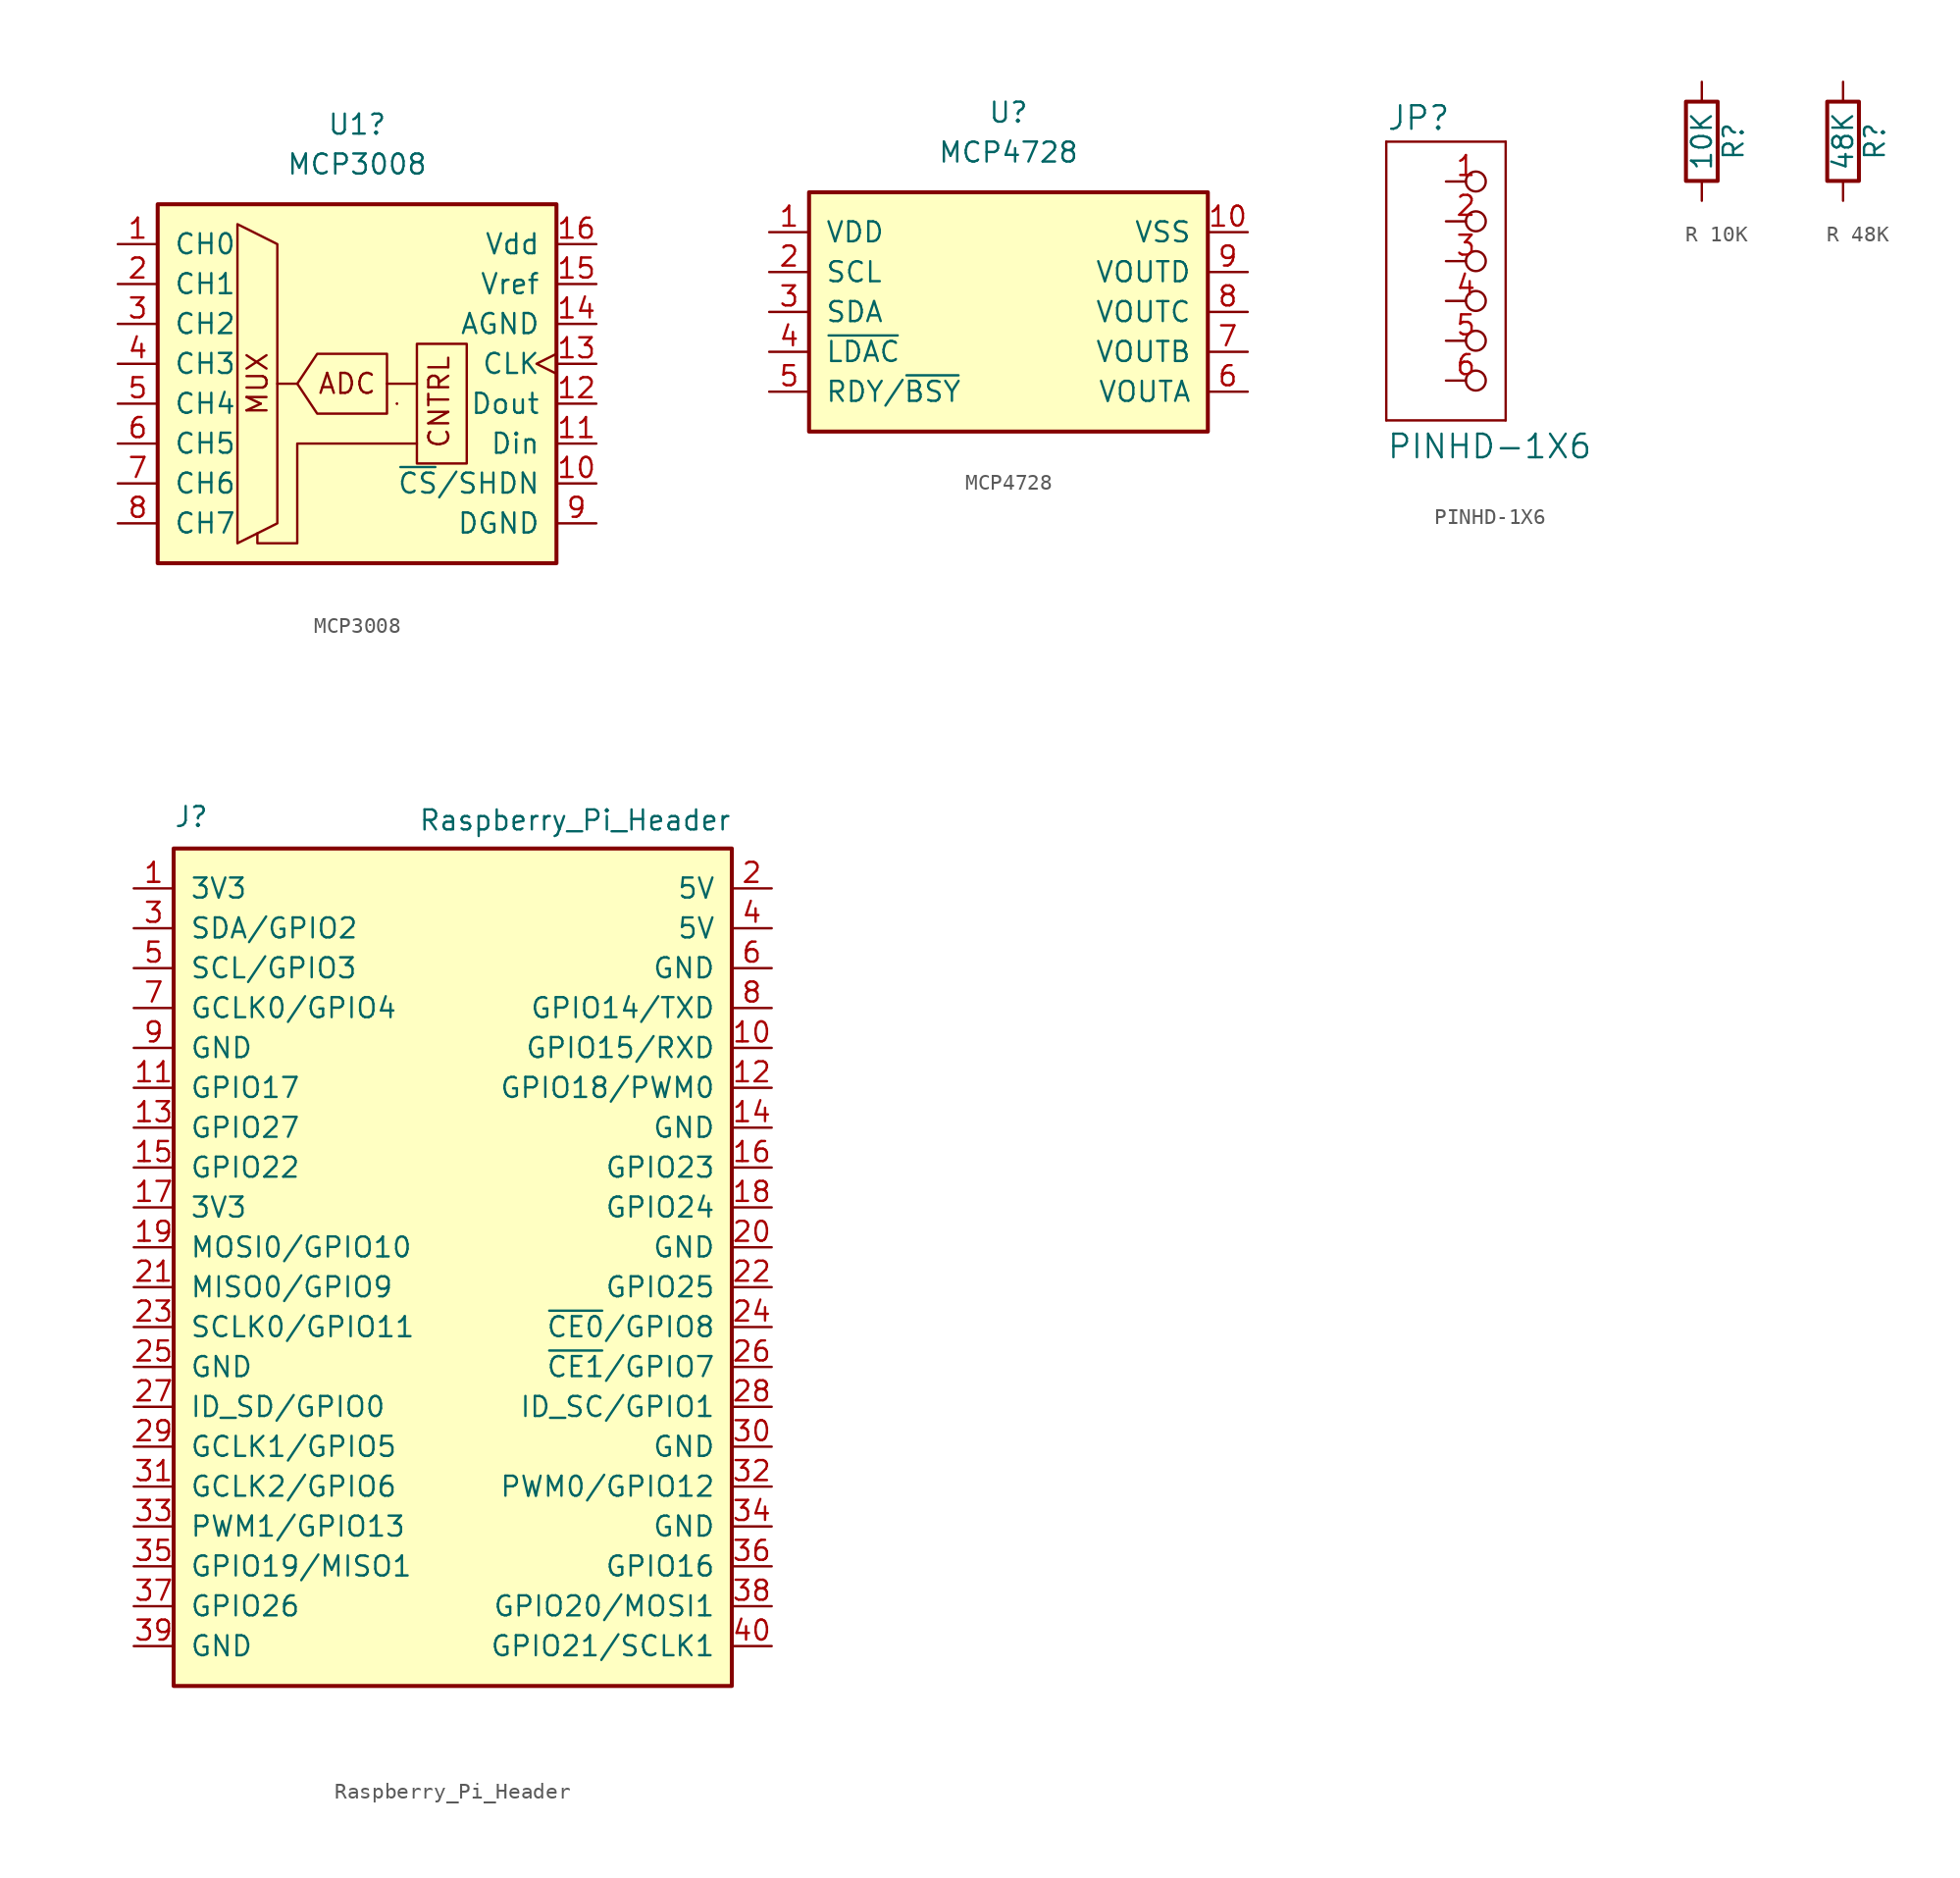
<source format=kicad_sym>
(kicad_symbol_lib
  (version 20231120)
  (generator "kicad_symbol_editor")
  (generator_version "8.0")
  (symbol "MCP3008"
    (pin_names
      (offset 1.016))
    (property "Reference" "U1"
      (at 0 15.24 0)
      (effects (font (size 1.27 1.27))))
    (property "Value" "MCP3008"
      (at 0 12.7 0)
      (effects (font (size 1.27 1.27))))
    (symbol "MCP3008_0_0"
      (text "ADC" (at -0.635 -1.27 0) (effects (font (size 1.27 1.27))))
      (text "CNTRL" (at 5.969 -5.461 900) (effects (font (size 1.27 1.27)) (justify left bottom)))
      (text "MUX" (at -6.35 -1.27 900) (effects (font (size 1.27 1.27)))))
    (symbol "MCP3008_0_1"
      (rectangle (start -12.7 10.16) (end 12.7 -12.7) (stroke (width 0.254) (type default)) (fill (type background)))
      (polyline (pts (xy -3.81 -1.27) (xy -5.08 -1.27)) (stroke (width 0) (type default)) (fill (type none)))
      (polyline (pts (xy 1.905 -1.27) (xy 3.81 -1.27)) (stroke (width 0) (type default)) (fill (type none)))
      (polyline (pts (xy 2.54 -2.54) (xy 2.54 -2.54)) (stroke (width 0) (type default)) (fill (type none)))
      (polyline (pts (xy 2.54 -2.54) (xy 2.54 -2.54)) (stroke (width 0) (type default)) (fill (type none)))
      (polyline (pts (xy -7.62 8.89) (xy -7.62 -11.43) (xy -5.08 -10.16) (xy -5.08 7.62) (xy -7.62 8.89)) (stroke (width 0) (type default)) (fill (type none)))
      (polyline (pts (xy 3.81 -5.08) (xy -3.81 -5.08) (xy -3.81 -11.43) (xy -6.35 -11.43) (xy -6.35 -10.795)) (stroke (width 0) (type default)) (fill (type none)))
      (polyline (pts (xy 1.905 0.635) (xy 1.905 -3.175) (xy -2.54 -3.175) (xy -3.81 -1.27) (xy -2.54 0.635) (xy 1.905 0.635)) (stroke (width 0) (type default)) (fill (type none)))
      (rectangle (start 3.81 -6.35) (end 6.985 1.27) (stroke (width 0) (type default)) (fill (type none))))
    (symbol "MCP3008_1_1"
      (pin input line (at -15.24 7.62 0) (length 2.54) (name "CH0" (effects (font (size 1.27 1.27)))) (number "1" (effects (font (size 1.27 1.27)))))
      (pin input line (at 15.24 -7.62 180) (length 2.54) (name "~{CS}/SHDN" (effects (font (size 1.27 1.27)))) (number "10" (effects (font (size 1.27 1.27)))))
      (pin input line (at 15.24 -5.08 180) (length 2.54) (name "Din" (effects (font (size 1.27 1.27)))) (number "11" (effects (font (size 1.27 1.27)))))
      (pin bidirectional line (at 15.24 -2.54 180) (length 2.54) (name "Dout" (effects (font (size 1.27 1.27)))) (number "12" (effects (font (size 1.27 1.27)))))
      (pin input clock (at 15.24 0 180) (length 2.54) (name "CLK" (effects (font (size 1.27 1.27)))) (number "13" (effects (font (size 1.27 1.27)))))
      (pin power_in line (at 15.24 2.54 180) (length 2.54) (name "AGND" (effects (font (size 1.27 1.27)))) (number "14" (effects (font (size 1.27 1.27)))))
      (pin power_in line (at 15.24 5.08 180) (length 2.54) (name "Vref" (effects (font (size 1.27 1.27)))) (number "15" (effects (font (size 1.27 1.27)))))
      (pin power_in line (at 15.24 7.62 180) (length 2.54) (name "Vdd" (effects (font (size 1.27 1.27)))) (number "16" (effects (font (size 1.27 1.27)))))
      (pin input line (at -15.24 5.08 0) (length 2.54) (name "CH1" (effects (font (size 1.27 1.27)))) (number "2" (effects (font (size 1.27 1.27)))))
      (pin input line (at -15.24 2.54 0) (length 2.54) (name "CH2" (effects (font (size 1.27 1.27)))) (number "3" (effects (font (size 1.27 1.27)))))
      (pin input line (at -15.24 0 0) (length 2.54) (name "CH3" (effects (font (size 1.27 1.27)))) (number "4" (effects (font (size 1.27 1.27)))))
      (pin input line (at -15.24 -2.54 0) (length 2.54) (name "CH4" (effects (font (size 1.27 1.27)))) (number "5" (effects (font (size 1.27 1.27)))))
      (pin input line (at -15.24 -5.08 0) (length 2.54) (name "CH5" (effects (font (size 1.27 1.27)))) (number "6" (effects (font (size 1.27 1.27)))))
      (pin input line (at -15.24 -7.62 0) (length 2.54) (name "CH6" (effects (font (size 1.27 1.27)))) (number "7" (effects (font (size 1.27 1.27)))))
      (pin input line (at -15.24 -10.16 0) (length 2.54) (name "CH7" (effects (font (size 1.27 1.27)))) (number "8" (effects (font (size 1.27 1.27)))))
      (pin power_in line (at 15.24 -10.16 180) (length 2.54) (name "DGND" (effects (font (size 1.27 1.27)))) (number "9" (effects (font (size 1.27 1.27)))))))
  (symbol "MCP4728"
    (pin_names
      (offset 1.016))
    (property "Reference" "U"
      (at 0 10.16 0)
      (effects (font (size 1.27 1.27))))
    (property "Value" "MCP4728"
      (at 0 7.62 0)
      (effects (font (size 1.27 1.27))))
    (symbol "MCP4728_0_1"
      (rectangle (start -12.7 5.08) (end 12.7 -10.16) (stroke (width 0.254) (type default)) (fill (type background))))
    (symbol "MCP4728_1_1"
      (pin power_in line (at -15.24 2.54 0) (length 2.54) (name "VDD" (effects (font (size 1.27 1.27)))) (number "1" (effects (font (size 1.27 1.27)))))
      (pin power_in line (at 15.24 2.54 180) (length 2.54) (name "VSS" (effects (font (size 1.27 1.27)))) (number "10" (effects (font (size 1.27 1.27)))))
      (pin input line (at -15.24 0 0) (length 2.54) (name "SCL" (effects (font (size 1.27 1.27)))) (number "2" (effects (font (size 1.27 1.27)))))
      (pin bidirectional line (at -15.24 -2.54 0) (length 2.54) (name "SDA" (effects (font (size 1.27 1.27)))) (number "3" (effects (font (size 1.27 1.27)))))
      (pin input line (at -15.24 -5.08 0) (length 2.54) (name "~{LDAC}" (effects (font (size 1.27 1.27)))) (number "4" (effects (font (size 1.27 1.27)))))
      (pin output line (at -15.24 -7.62 0) (length 2.54) (name "RDY/~{BSY}" (effects (font (size 1.27 1.27)))) (number "5" (effects (font (size 1.27 1.27)))))
      (pin output line (at 15.24 -7.62 180) (length 2.54) (name "VOUTA" (effects (font (size 1.27 1.27)))) (number "6" (effects (font (size 1.27 1.27)))))
      (pin output line (at 15.24 -5.08 180) (length 2.54) (name "VOUTB" (effects (font (size 1.27 1.27)))) (number "7" (effects (font (size 1.27 1.27)))))
      (pin output line (at 15.24 -2.54 180) (length 2.54) (name "VOUTC" (effects (font (size 1.27 1.27)))) (number "8" (effects (font (size 1.27 1.27)))))
      (pin output line (at 15.24 0 180) (length 2.54) (name "VOUTD" (effects (font (size 1.27 1.27)))) (number "9" (effects (font (size 1.27 1.27)))))))
  (symbol "PINHD-1X6"
    (pin_names
      (offset 1.016))
    (property "Reference" "JP"
      (at -6.35 10.795 0)
      (effects (font (size 1.499 1.499)) (justify left bottom)))
    (property "Value" "PINHD-1X6"
      (at -6.35 -10.16 0)
      (effects (font (size 1.499 1.499)) (justify left bottom)))
    (symbol "PINHD-1X6_1_0"
      (polyline (pts (xy -6.35 -7.62) (xy 1.27 -7.62)) (stroke (width 0) (type solid)) (fill (type none)))
      (polyline (pts (xy -6.35 10.16) (xy -6.35 -7.62)) (stroke (width 0) (type solid)) (fill (type none)))
      (polyline (pts (xy 1.27 -7.62) (xy 1.27 10.16)) (stroke (width 0) (type solid)) (fill (type none)))
      (polyline (pts (xy 1.27 10.16) (xy -6.35 10.16)) (stroke (width 0) (type solid)) (fill (type none)))
      (pin passive inverted (at -2.54 7.62 0) (length 2.54) (name "1" (effects (font (size 0 0)))) (number "1" (effects (font (size 1.27 1.27)))))
      (pin passive inverted (at -2.54 5.08 0) (length 2.54) (name "2" (effects (font (size 0 0)))) (number "2" (effects (font (size 1.27 1.27)))))
      (pin passive inverted (at -2.54 2.54 0) (length 2.54) (name "3" (effects (font (size 0 0)))) (number "3" (effects (font (size 1.27 1.27)))))
      (pin passive inverted (at -2.54 0 0) (length 2.54) (name "4" (effects (font (size 0 0)))) (number "4" (effects (font (size 1.27 1.27)))))
      (pin passive inverted (at -2.54 -2.54 0) (length 2.54) (name "5" (effects (font (size 0 0)))) (number "5" (effects (font (size 1.27 1.27)))))
      (pin passive inverted (at -2.54 -5.08 0) (length 2.54) (name "6" (effects (font (size 0 0)))) (number "6" (effects (font (size 1.27 1.27)))))))
  (symbol "R 10K"
    (pin_numbers hide)
    (pin_names
      (offset 0))
    (property "Reference" "R"
      (at 2.032 0 90)
      (effects (font (size 1.27 1.27))))
    (property "Value" "10K"
      (at 0 0 90)
      (effects (font (size 1.27 1.27))))
    (symbol "R 10K_0_1"
      (rectangle (start -1.016 -2.54) (end 1.016 2.54) (stroke (width 0.254) (type default)) (fill (type none))))
    (symbol "R 10K_1_1"
      (pin passive line (at 0 3.81 270) (length 1.27) (name "~" (effects (font (size 1.27 1.27)))) (number "1" (effects (font (size 1.27 1.27)))))
      (pin passive line (at 0 -3.81 90) (length 1.27) (name "~" (effects (font (size 1.27 1.27)))) (number "2" (effects (font (size 1.27 1.27)))))))
  (symbol "R 48K"
    (pin_numbers hide)
    (pin_names
      (offset 0))
    (property "Reference" "R"
      (at 2.032 0 90)
      (effects (font (size 1.27 1.27))))
    (property "Value" "48K"
      (at 0 0 90)
      (effects (font (size 1.27 1.27))))
    (symbol "R 48K_0_1"
      (rectangle (start -1.016 2.54) (end 1.016 -2.54) (stroke (width 0.254) (type default)) (fill (type none))))
    (symbol "R 48K_1_1"
      (pin passive line (at 0 3.81 270) (length 1.27) (name "~" (effects (font (size 1.27 1.27)))) (number "1" (effects (font (size 1.27 1.27)))))
      (pin passive line (at 0 -3.81 90) (length 1.27) (name "~" (effects (font (size 1.27 1.27)))) (number "2" (effects (font (size 1.27 1.27)))))))
  (symbol "Raspberry_Pi_Header"
    (pin_names
      (offset 1.016))
    (property "Reference" "J"
      (at -17.78 31.75 0)
      (effects (font (size 1.27 1.27)) (justify left bottom)))
    (property "Value" "Raspberry_Pi_Header"
      (at 17.78 33.02 0)
      (effects (font (size 1.27 1.27)) (justify right top)))
    (symbol "Raspberry_Pi_Header_0_1"
      (rectangle (start -17.78 30.48) (end 17.78 -22.86) (stroke (width 0.254) (type default)) (fill (type background))))
    (symbol "Raspberry_Pi_Header_1_1"
      (pin power_in line (at -20.32 27.94 0) (length 2.54) (name "3V3" (effects (font (size 1.27 1.27)))) (number "1" (effects (font (size 1.27 1.27)))))
      (pin bidirectional line (at 20.32 17.78 180) (length 2.54) (name "GPIO15/RXD" (effects (font (size 1.27 1.27)))) (number "10" (effects (font (size 1.27 1.27)))))
      (pin bidirectional line (at -20.32 15.24 0) (length 2.54) (name "GPIO17" (effects (font (size 1.27 1.27)))) (number "11" (effects (font (size 1.27 1.27)))))
      (pin bidirectional line (at 20.32 15.24 180) (length 2.54) (name "GPIO18/PWM0" (effects (font (size 1.27 1.27)))) (number "12" (effects (font (size 1.27 1.27)))))
      (pin bidirectional line (at -20.32 12.7 0) (length 2.54) (name "GPIO27" (effects (font (size 1.27 1.27)))) (number "13" (effects (font (size 1.27 1.27)))))
      (pin power_in line (at 20.32 12.7 180) (length 2.54) (name "GND" (effects (font (size 1.27 1.27)))) (number "14" (effects (font (size 1.27 1.27)))))
      (pin bidirectional line (at -20.32 10.16 0) (length 2.54) (name "GPIO22" (effects (font (size 1.27 1.27)))) (number "15" (effects (font (size 1.27 1.27)))))
      (pin bidirectional line (at 20.32 10.16 180) (length 2.54) (name "GPIO23" (effects (font (size 1.27 1.27)))) (number "16" (effects (font (size 1.27 1.27)))))
      (pin power_in line (at -20.32 7.62 0) (length 2.54) (name "3V3" (effects (font (size 1.27 1.27)))) (number "17" (effects (font (size 1.27 1.27)))))
      (pin bidirectional line (at 20.32 7.62 180) (length 2.54) (name "GPIO24" (effects (font (size 1.27 1.27)))) (number "18" (effects (font (size 1.27 1.27)))))
      (pin bidirectional line (at -20.32 5.08 0) (length 2.54) (name "MOSI0/GPIO10" (effects (font (size 1.27 1.27)))) (number "19" (effects (font (size 1.27 1.27)))))
      (pin power_in line (at 20.32 27.94 180) (length 2.54) (name "5V" (effects (font (size 1.27 1.27)))) (number "2" (effects (font (size 1.27 1.27)))))
      (pin power_in line (at 20.32 5.08 180) (length 2.54) (name "GND" (effects (font (size 1.27 1.27)))) (number "20" (effects (font (size 1.27 1.27)))))
      (pin bidirectional line (at -20.32 2.54 0) (length 2.54) (name "MISO0/GPIO9" (effects (font (size 1.27 1.27)))) (number "21" (effects (font (size 1.27 1.27)))))
      (pin bidirectional line (at 20.32 2.54 180) (length 2.54) (name "GPIO25" (effects (font (size 1.27 1.27)))) (number "22" (effects (font (size 1.27 1.27)))))
      (pin bidirectional line (at -20.32 0 0) (length 2.54) (name "SCLK0/GPIO11" (effects (font (size 1.27 1.27)))) (number "23" (effects (font (size 1.27 1.27)))))
      (pin bidirectional line (at 20.32 0 180) (length 2.54) (name "~{CE0}/GPIO8" (effects (font (size 1.27 1.27)))) (number "24" (effects (font (size 1.27 1.27)))))
      (pin power_in line (at -20.32 -2.54 0) (length 2.54) (name "GND" (effects (font (size 1.27 1.27)))) (number "25" (effects (font (size 1.27 1.27)))))
      (pin bidirectional line (at 20.32 -2.54 180) (length 2.54) (name "~{CE1}/GPIO7" (effects (font (size 1.27 1.27)))) (number "26" (effects (font (size 1.27 1.27)))))
      (pin bidirectional line (at -20.32 -5.08 0) (length 2.54) (name "ID_SD/GPIO0" (effects (font (size 1.27 1.27)))) (number "27" (effects (font (size 1.27 1.27)))))
      (pin bidirectional line (at 20.32 -5.08 180) (length 2.54) (name "ID_SC/GPIO1" (effects (font (size 1.27 1.27)))) (number "28" (effects (font (size 1.27 1.27)))))
      (pin bidirectional line (at -20.32 -7.62 0) (length 2.54) (name "GCLK1/GPIO5" (effects (font (size 1.27 1.27)))) (number "29" (effects (font (size 1.27 1.27)))))
      (pin bidirectional line (at -20.32 25.4 0) (length 2.54) (name "SDA/GPIO2" (effects (font (size 1.27 1.27)))) (number "3" (effects (font (size 1.27 1.27)))))
      (pin power_in line (at 20.32 -7.62 180) (length 2.54) (name "GND" (effects (font (size 1.27 1.27)))) (number "30" (effects (font (size 1.27 1.27)))))
      (pin bidirectional line (at -20.32 -10.16 0) (length 2.54) (name "GCLK2/GPIO6" (effects (font (size 1.27 1.27)))) (number "31" (effects (font (size 1.27 1.27)))))
      (pin bidirectional line (at 20.32 -10.16 180) (length 2.54) (name "PWM0/GPIO12" (effects (font (size 1.27 1.27)))) (number "32" (effects (font (size 1.27 1.27)))))
      (pin bidirectional line (at -20.32 -12.7 0) (length 2.54) (name "PWM1/GPIO13" (effects (font (size 1.27 1.27)))) (number "33" (effects (font (size 1.27 1.27)))))
      (pin power_in line (at 20.32 -12.7 180) (length 2.54) (name "GND" (effects (font (size 1.27 1.27)))) (number "34" (effects (font (size 1.27 1.27)))))
      (pin bidirectional line (at -20.32 -15.24 0) (length 2.54) (name "GPIO19/MISO1" (effects (font (size 1.27 1.27)))) (number "35" (effects (font (size 1.27 1.27)))))
      (pin bidirectional line (at 20.32 -15.24 180) (length 2.54) (name "GPIO16" (effects (font (size 1.27 1.27)))) (number "36" (effects (font (size 1.27 1.27)))))
      (pin bidirectional line (at -20.32 -17.78 0) (length 2.54) (name "GPIO26" (effects (font (size 1.27 1.27)))) (number "37" (effects (font (size 1.27 1.27)))))
      (pin bidirectional line (at 20.32 -17.78 180) (length 2.54) (name "GPIO20/MOSI1" (effects (font (size 1.27 1.27)))) (number "38" (effects (font (size 1.27 1.27)))))
      (pin power_in line (at -20.32 -20.32 0) (length 2.54) (name "GND" (effects (font (size 1.27 1.27)))) (number "39" (effects (font (size 1.27 1.27)))))
      (pin power_in line (at 20.32 25.4 180) (length 2.54) (name "5V" (effects (font (size 1.27 1.27)))) (number "4" (effects (font (size 1.27 1.27)))))
      (pin bidirectional line (at 20.32 -20.32 180) (length 2.54) (name "GPIO21/SCLK1" (effects (font (size 1.27 1.27)))) (number "40" (effects (font (size 1.27 1.27)))))
      (pin bidirectional line (at -20.32 22.86 0) (length 2.54) (name "SCL/GPIO3" (effects (font (size 1.27 1.27)))) (number "5" (effects (font (size 1.27 1.27)))))
      (pin power_in line (at 20.32 22.86 180) (length 2.54) (name "GND" (effects (font (size 1.27 1.27)))) (number "6" (effects (font (size 1.27 1.27)))))
      (pin bidirectional line (at -20.32 20.32 0) (length 2.54) (name "GCLK0/GPIO4" (effects (font (size 1.27 1.27)))) (number "7" (effects (font (size 1.27 1.27)))))
      (pin bidirectional line (at 20.32 20.32 180) (length 2.54) (name "GPIO14/TXD" (effects (font (size 1.27 1.27)))) (number "8" (effects (font (size 1.27 1.27)))))
      (pin power_in line (at -20.32 17.78 0) (length 2.54) (name "GND" (effects (font (size 1.27 1.27)))) (number "9" (effects (font (size 1.27 1.27))))))))
</source>
